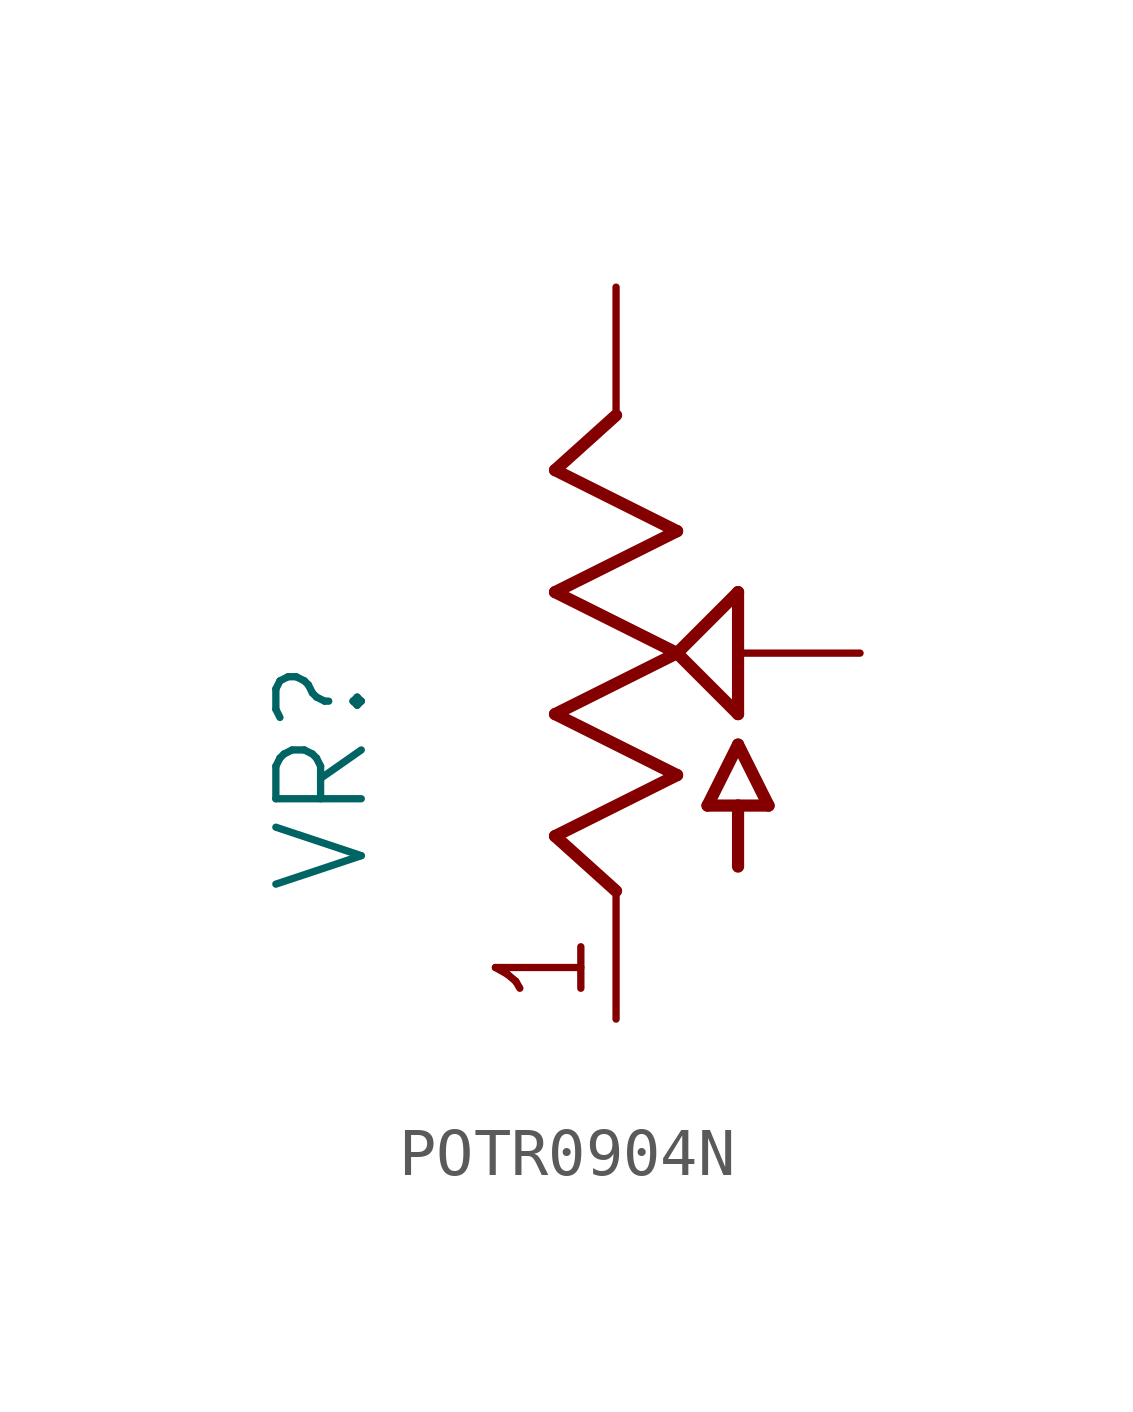
<source format=kicad_sym>
(kicad_symbol_lib
  (version 20231120)
  (generator "kicad_symbol_editor")
  (generator_version "8.0")
  (symbol "POTR0904N"
    (property "Reference" "VR"
      (at -5.08 -5.08 90)
      (effects (font (size 1.778 1.778)) (justify left bottom)))
    (property "Value" ""
      (at -2.54 -5.08 90)
      (effects (font (size 1.778 1.778)) (justify left bottom)))
    (property "ki_locked" ""
      (at 0 0 0)
      (effects (font (size 1.27 1.27))))
    (symbol "POTR0904N_1_0"
      (polyline (pts (xy -1.27 -3.81) (xy 0 -4.953)) (stroke (width 0.254) (type solid)) (fill (type none)))
      (polyline (pts (xy -1.27 -1.27) (xy 1.27 -2.54)) (stroke (width 0.254) (type solid)) (fill (type none)))
      (polyline (pts (xy -1.27 1.27) (xy 1.27 0)) (stroke (width 0.254) (type solid)) (fill (type none)))
      (polyline (pts (xy -1.27 3.81) (xy 1.27 2.54)) (stroke (width 0.254) (type solid)) (fill (type none)))
      (polyline (pts (xy 0 4.953) (xy -1.27 3.81)) (stroke (width 0.254) (type solid)) (fill (type none)))
      (polyline (pts (xy 1.27 -2.54) (xy -1.27 -3.81)) (stroke (width 0.254) (type solid)) (fill (type none)))
      (polyline (pts (xy 1.27 0) (xy -1.27 -1.27)) (stroke (width 0.254) (type solid)) (fill (type none)))
      (polyline (pts (xy 1.27 0) (xy 2.54 1.27)) (stroke (width 0.254) (type solid)) (fill (type none)))
      (polyline (pts (xy 1.27 2.54) (xy -1.27 1.27)) (stroke (width 0.254) (type solid)) (fill (type none)))
      (polyline (pts (xy 1.905 -3.175) (xy 2.54 -3.175)) (stroke (width 0.254) (type solid)) (fill (type none)))
      (polyline (pts (xy 2.54 -4.445) (xy 2.54 -3.175)) (stroke (width 0.254) (type solid)) (fill (type none)))
      (polyline (pts (xy 2.54 -3.175) (xy 3.175 -3.175)) (stroke (width 0.254) (type solid)) (fill (type none)))
      (polyline (pts (xy 2.54 -1.905) (xy 1.905 -3.175)) (stroke (width 0.254) (type solid)) (fill (type none)))
      (polyline (pts (xy 2.54 -1.27) (xy 1.27 0)) (stroke (width 0.254) (type solid)) (fill (type none)))
      (polyline (pts (xy 2.54 1.27) (xy 2.54 -1.27)) (stroke (width 0.254) (type solid)) (fill (type none)))
      (polyline (pts (xy 3.175 -3.175) (xy 2.54 -1.905)) (stroke (width 0.254) (type solid)) (fill (type none)))
      (text "1" (at -0.508 -7.366 900) (effects (font (size 1.778 1.511)) (justify left bottom)))
      (pin passive line (at 0 -7.62 90) (length 2.54) (name "1" (effects (font (size 0 0)))) (number "1" (effects (font (size 0 0)))))
      (pin passive line (at 5.08 0 180) (length 2.54) (name "2" (effects (font (size 0 0)))) (number "2" (effects (font (size 0 0)))))
      (pin passive line (at 0 7.62 270) (length 2.54) (name "3" (effects (font (size 0 0)))) (number "3" (effects (font (size 0 0))))))))
</source>
